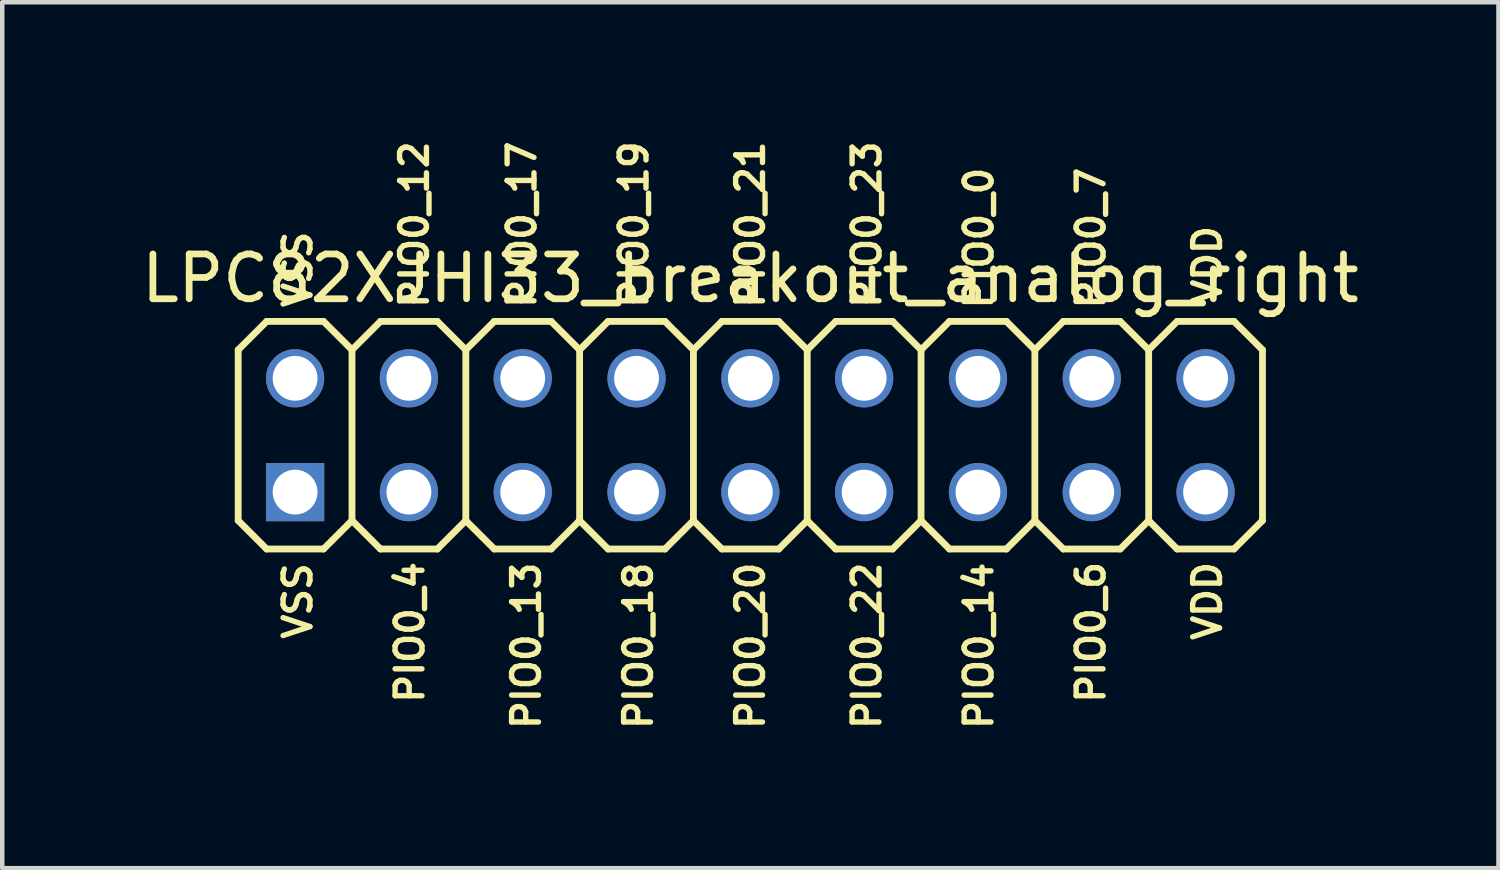
<source format=kicad_pcb>
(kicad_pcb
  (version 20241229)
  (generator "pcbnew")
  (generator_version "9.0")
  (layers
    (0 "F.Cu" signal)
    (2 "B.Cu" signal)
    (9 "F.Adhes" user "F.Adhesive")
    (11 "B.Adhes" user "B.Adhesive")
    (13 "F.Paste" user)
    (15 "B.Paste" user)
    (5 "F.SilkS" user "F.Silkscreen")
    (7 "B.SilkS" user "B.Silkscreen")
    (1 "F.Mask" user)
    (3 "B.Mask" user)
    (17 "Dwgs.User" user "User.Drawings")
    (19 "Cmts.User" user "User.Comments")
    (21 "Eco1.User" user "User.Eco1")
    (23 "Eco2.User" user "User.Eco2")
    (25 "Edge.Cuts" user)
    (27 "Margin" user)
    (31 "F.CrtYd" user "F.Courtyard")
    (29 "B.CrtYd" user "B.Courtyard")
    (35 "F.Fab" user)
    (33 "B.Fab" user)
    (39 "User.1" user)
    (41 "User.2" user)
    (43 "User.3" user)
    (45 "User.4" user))
  (footprint "LPC82XJHI33_breakout_analog_right"
    (layer "F.Cu")
    (at 13.696 6.663)
    (property "Reference" "LPC82XJHI33_breakout_analog_right" (at 0 -3.5 0) (layer "F.SilkS") (effects (font (size 1 1) (thickness 0.15))))
    (attr exclude_from_pos_files exclude_from_bom)
    (fp_line (start -11.43 -1.905) (end -10.795 -2.54) (stroke (width 0.152) (type solid)) (layer "F.SilkS"))
    (fp_line (start -11.43 1.905) (end -11.43 -1.905) (stroke (width 0.152) (type solid)) (layer "F.SilkS"))
    (fp_line (start -11.43 1.905) (end -10.795 2.54) (stroke (width 0.152) (type solid)) (layer "F.SilkS"))
    (fp_line (start -10.795 -2.54) (end -9.525 -2.54) (stroke (width 0.152) (type solid)) (layer "F.SilkS"))
    (fp_line (start -10.795 2.54) (end -9.525 2.54) (stroke (width 0.152) (type solid)) (layer "F.SilkS"))
    (fp_line (start -9.525 -2.54) (end -8.89 -1.905) (stroke (width 0.152) (type solid)) (layer "F.SilkS"))
    (fp_line (start -9.525 2.54) (end -8.89 1.905) (stroke (width 0.152) (type solid)) (layer "F.SilkS"))
    (fp_line (start -8.89 -1.905) (end -8.89 1.905) (stroke (width 0.152) (type solid)) (layer "F.SilkS"))
    (fp_line (start -8.89 -1.905) (end -8.255 -2.54) (stroke (width 0.152) (type solid)) (layer "F.SilkS"))
    (fp_line (start -8.89 1.905) (end -8.255 2.54) (stroke (width 0.152) (type solid)) (layer "F.SilkS"))
    (fp_line (start -8.255 -2.54) (end -6.985 -2.54) (stroke (width 0.152) (type solid)) (layer "F.SilkS"))
    (fp_line (start -8.255 2.54) (end -6.985 2.54) (stroke (width 0.152) (type solid)) (layer "F.SilkS"))
    (fp_line (start -6.985 -2.54) (end -6.35 -1.905) (stroke (width 0.152) (type solid)) (layer "F.SilkS"))
    (fp_line (start -6.985 2.54) (end -6.35 1.905) (stroke (width 0.152) (type solid)) (layer "F.SilkS"))
    (fp_line (start -6.35 -1.905) (end -6.35 1.905) (stroke (width 0.152) (type solid)) (layer "F.SilkS"))
    (fp_line (start -6.35 -1.905) (end -5.715 -2.54) (stroke (width 0.152) (type solid)) (layer "F.SilkS"))
    (fp_line (start -6.35 1.905) (end -5.715 2.54) (stroke (width 0.152) (type solid)) (layer "F.SilkS"))
    (fp_line (start -5.715 -2.54) (end -4.445 -2.54) (stroke (width 0.152) (type solid)) (layer "F.SilkS"))
    (fp_line (start -5.715 2.54) (end -4.445 2.54) (stroke (width 0.152) (type solid)) (layer "F.SilkS"))
    (fp_line (start -4.445 -2.54) (end -3.81 -1.905) (stroke (width 0.152) (type solid)) (layer "F.SilkS"))
    (fp_line (start -4.445 2.54) (end -3.81 1.905) (stroke (width 0.152) (type solid)) (layer "F.SilkS"))
    (fp_line (start -3.81 -1.905) (end -3.81 1.905) (stroke (width 0.152) (type solid)) (layer "F.SilkS"))
    (fp_line (start -3.81 -1.905) (end -3.175 -2.54) (stroke (width 0.152) (type solid)) (layer "F.SilkS"))
    (fp_line (start -3.81 1.905) (end -3.175 2.54) (stroke (width 0.152) (type solid)) (layer "F.SilkS"))
    (fp_line (start -3.175 -2.54) (end -1.905 -2.54) (stroke (width 0.152) (type solid)) (layer "F.SilkS"))
    (fp_line (start -3.175 2.54) (end -1.905 2.54) (stroke (width 0.152) (type solid)) (layer "F.SilkS"))
    (fp_line (start -1.905 -2.54) (end -1.27 -1.905) (stroke (width 0.152) (type solid)) (layer "F.SilkS"))
    (fp_line (start -1.905 2.54) (end -1.27 1.905) (stroke (width 0.152) (type solid)) (layer "F.SilkS"))
    (fp_line (start -1.27 -1.905) (end -1.27 1.905) (stroke (width 0.152) (type solid)) (layer "F.SilkS"))
    (fp_line (start -1.27 -1.905) (end -0.635 -2.54) (stroke (width 0.152) (type solid)) (layer "F.SilkS"))
    (fp_line (start -1.27 1.905) (end -0.635 2.54) (stroke (width 0.152) (type solid)) (layer "F.SilkS"))
    (fp_line (start -0.635 -2.54) (end 0.635 -2.54) (stroke (width 0.152) (type solid)) (layer "F.SilkS"))
    (fp_line (start -0.635 2.54) (end 0.635 2.54) (stroke (width 0.152) (type solid)) (layer "F.SilkS"))
    (fp_line (start 0.635 -2.54) (end 1.27 -1.905) (stroke (width 0.152) (type solid)) (layer "F.SilkS"))
    (fp_line (start 0.635 2.54) (end 1.27 1.905) (stroke (width 0.152) (type solid)) (layer "F.SilkS"))
    (fp_line (start 1.27 -1.905) (end 1.27 1.905) (stroke (width 0.152) (type solid)) (layer "F.SilkS"))
    (fp_line (start 1.27 -1.905) (end 1.905 -2.54) (stroke (width 0.152) (type solid)) (layer "F.SilkS"))
    (fp_line (start 1.27 1.905) (end 1.905 2.54) (stroke (width 0.152) (type solid)) (layer "F.SilkS"))
    (fp_line (start 1.905 -2.54) (end 3.175 -2.54) (stroke (width 0.152) (type solid)) (layer "F.SilkS"))
    (fp_line (start 1.905 2.54) (end 3.175 2.54) (stroke (width 0.152) (type solid)) (layer "F.SilkS"))
    (fp_line (start 3.175 -2.54) (end 3.81 -1.905) (stroke (width 0.152) (type solid)) (layer "F.SilkS"))
    (fp_line (start 3.175 2.54) (end 3.81 1.905) (stroke (width 0.152) (type solid)) (layer "F.SilkS"))
    (fp_line (start 3.81 -1.905) (end 3.81 1.905) (stroke (width 0.152) (type solid)) (layer "F.SilkS"))
    (fp_line (start 3.81 -1.905) (end 4.445 -2.54) (stroke (width 0.152) (type solid)) (layer "F.SilkS"))
    (fp_line (start 3.81 1.905) (end 4.445 2.54) (stroke (width 0.152) (type solid)) (layer "F.SilkS"))
    (fp_line (start 4.445 -2.54) (end 5.715 -2.54) (stroke (width 0.152) (type solid)) (layer "F.SilkS"))
    (fp_line (start 4.445 2.54) (end 5.715 2.54) (stroke (width 0.152) (type solid)) (layer "F.SilkS"))
    (fp_line (start 5.715 -2.54) (end 6.35 -1.905) (stroke (width 0.152) (type solid)) (layer "F.SilkS"))
    (fp_line (start 6.35 -1.905) (end 6.35 1.905) (stroke (width 0.152) (type solid)) (layer "F.SilkS"))
    (fp_line (start 6.35 -1.905) (end 6.985 -2.54) (stroke (width 0.152) (type solid)) (layer "F.SilkS"))
    (fp_line (start 6.35 1.905) (end 5.715 2.54) (stroke (width 0.152) (type solid)) (layer "F.SilkS"))
    (fp_line (start 6.35 1.905) (end 6.985 2.54) (stroke (width 0.152) (type solid)) (layer "F.SilkS"))
    (fp_line (start 6.985 -2.54) (end 8.255 -2.54) (stroke (width 0.152) (type solid)) (layer "F.SilkS"))
    (fp_line (start 6.985 2.54) (end 8.255 2.54) (stroke (width 0.152) (type solid)) (layer "F.SilkS"))
    (fp_line (start 8.255 -2.54) (end 8.89 -1.905) (stroke (width 0.152) (type solid)) (layer "F.SilkS"))
    (fp_line (start 8.89 -1.905) (end 8.89 1.905) (stroke (width 0.152) (type solid)) (layer "F.SilkS"))
    (fp_line (start 8.89 -1.905) (end 9.525 -2.54) (stroke (width 0.152) (type solid)) (layer "F.SilkS"))
    (fp_line (start 8.89 1.905) (end 8.255 2.54) (stroke (width 0.152) (type solid)) (layer "F.SilkS"))
    (fp_line (start 8.89 1.905) (end 9.525 2.54) (stroke (width 0.152) (type solid)) (layer "F.SilkS"))
    (fp_line (start 9.525 -2.54) (end 10.795 -2.54) (stroke (width 0.152) (type solid)) (layer "F.SilkS"))
    (fp_line (start 9.525 2.54) (end 10.795 2.54) (stroke (width 0.152) (type solid)) (layer "F.SilkS"))
    (fp_line (start 10.795 -2.54) (end 11.43 -1.905) (stroke (width 0.152) (type solid)) (layer "F.SilkS"))
    (fp_line (start 11.43 -1.905) (end 11.43 1.905) (stroke (width 0.152) (type solid)) (layer "F.SilkS"))
    (fp_line (start 11.43 1.905) (end 10.795 2.54) (stroke (width 0.152) (type solid)) (layer "F.SilkS"))
    (fp_text user "PIO0_6" (at 7.6 4.4 90) (layer "F.SilkS") (effects (font (size 0.6 0.6) (thickness 0.12))))
    (fp_text user "PIO0_4" (at -7.6 4.4 90) (layer "F.SilkS") (effects (font (size 0.6 0.6) (thickness 0.12))))
    (fp_text user "PIO0_23" (at 2.6 -4.7 90) (layer "F.SilkS") (effects (font (size 0.6 0.6) (thickness 0.12))))
    (fp_text user "PIO0_12" (at -7.5 -4.7 90) (layer "F.SilkS") (effects (font (size 0.6 0.6) (thickness 0.12))))
    (fp_text user "PIO0_14" (at 5.1 4.7 90) (layer "F.SilkS") (effects (font (size 0.6 0.6) (thickness 0.12))))
    (fp_text user "PIO0_13" (at -5 4.7 90) (layer "F.SilkS") (effects (font (size 0.6 0.6) (thickness 0.12))))
    (fp_text user "PIO0_19" (at -2.6 -4.7 90) (layer "F.SilkS") (effects (font (size 0.6 0.6) (thickness 0.12))))
    (fp_text user "PIO0_20" (at 0 4.7 90) (layer "F.SilkS") (effects (font (size 0.6 0.6) (thickness 0.12))))
    (fp_text user "VDD" (at 10.2 3.7 90) (layer "F.SilkS") (effects (font (size 0.6 0.6) (thickness 0.12))))
    (fp_text user "PIO0_18" (at -2.5 4.7 90) (layer "F.SilkS") (effects (font (size 0.6 0.6) (thickness 0.12))))
    (fp_text user "PIO0_0" (at 5.1 -4.4 90) (layer "F.SilkS") (effects (font (size 0.6 0.6) (thickness 0.12))))
    (fp_text user "VSS" (at -10.1 -3.7 90) (layer "F.SilkS") (effects (font (size 0.6 0.6) (thickness 0.12))))
    (fp_text user "PIO0_7" (at 7.6 -4.4 90) (layer "F.SilkS") (effects (font (size 0.6 0.6) (thickness 0.12))))
    (fp_text user "PIO0_17" (at -5.1 -4.7 90) (layer "F.SilkS") (effects (font (size 0.6 0.6) (thickness 0.12))))
    (fp_text user "PIO0_21" (at 0 -4.7 90) (layer "F.SilkS") (effects (font (size 0.6 0.6) (thickness 0.12))))
    (fp_text user "VSS" (at -10.1 3.7 90) (layer "F.SilkS") (effects (font (size 0.6 0.6) (thickness 0.12))))
    (fp_text user "PIO0_22" (at 2.6 4.7 90) (layer "F.SilkS") (effects (font (size 0.6 0.6) (thickness 0.12))))
    (fp_text user "VDD" (at 10.2 -3.8 90) (layer "F.SilkS") (effects (font (size 0.6 0.6) (thickness 0.12))))
    (pad "1" thru_hole rect (at -10.16 1.27) (size 1.3 1.3) (drill 1) (layers "*.Cu" "*.Mask"))
    (pad "2" thru_hole circle (at -10.16 -1.27) (size 1.3 1.3) (drill 1) (layers "*.Cu" "*.Mask"))
    (pad "3" thru_hole circle (at -7.62 1.27) (size 1.3 1.3) (drill 1) (layers "*.Cu" "*.Mask"))
    (pad "4" thru_hole circle (at -7.62 -1.27) (size 1.3 1.3) (drill 1) (layers "*.Cu" "*.Mask"))
    (pad "5" thru_hole circle (at -5.08 1.27) (size 1.3 1.3) (drill 1) (layers "*.Cu" "*.Mask"))
    (pad "6" thru_hole circle (at -5.08 -1.27) (size 1.3 1.3) (drill 1) (layers "*.Cu" "*.Mask"))
    (pad "7" thru_hole circle (at -2.54 1.27) (size 1.3 1.3) (drill 1) (layers "*.Cu" "*.Mask"))
    (pad "8" thru_hole circle (at -2.54 -1.27) (size 1.3 1.3) (drill 1) (layers "*.Cu" "*.Mask"))
    (pad "9" thru_hole circle (at 0 1.27) (size 1.3 1.3) (drill 1) (layers "*.Cu" "*.Mask"))
    (pad "10" thru_hole circle (at 0 -1.27) (size 1.3 1.3) (drill 1) (layers "*.Cu" "*.Mask"))
    (pad "11" thru_hole circle (at 2.54 1.27) (size 1.3 1.3) (drill 1) (layers "*.Cu" "*.Mask"))
    (pad "12" thru_hole circle (at 2.54 -1.27) (size 1.3 1.3) (drill 1) (layers "*.Cu" "*.Mask"))
    (pad "13" thru_hole circle (at 5.08 1.27) (size 1.3 1.3) (drill 1) (layers "*.Cu" "*.Mask"))
    (pad "14" thru_hole circle (at 5.08 -1.27) (size 1.3 1.3) (drill 1) (layers "*.Cu" "*.Mask"))
    (pad "15" thru_hole circle (at 7.62 1.27) (size 1.3 1.3) (drill 1) (layers "*.Cu" "*.Mask"))
    (pad "16" thru_hole circle (at 7.62 -1.27) (size 1.3 1.3) (drill 1) (layers "*.Cu" "*.Mask"))
    (pad "17" thru_hole circle (at 10.16 1.27) (size 1.3 1.3) (drill 1) (layers "*.Cu" "*.Mask"))
    (pad "18" thru_hole circle (at 10.16 -1.27) (size 1.3 1.3) (drill 1) (layers "*.Cu" "*.Mask")))
  (gr_rect
    (start -3 -3)
    (end 30.393 16.326)
    (stroke (width 0.1) (type default))
    (fill no)
    (layer "Edge.Cuts")))
</source>
